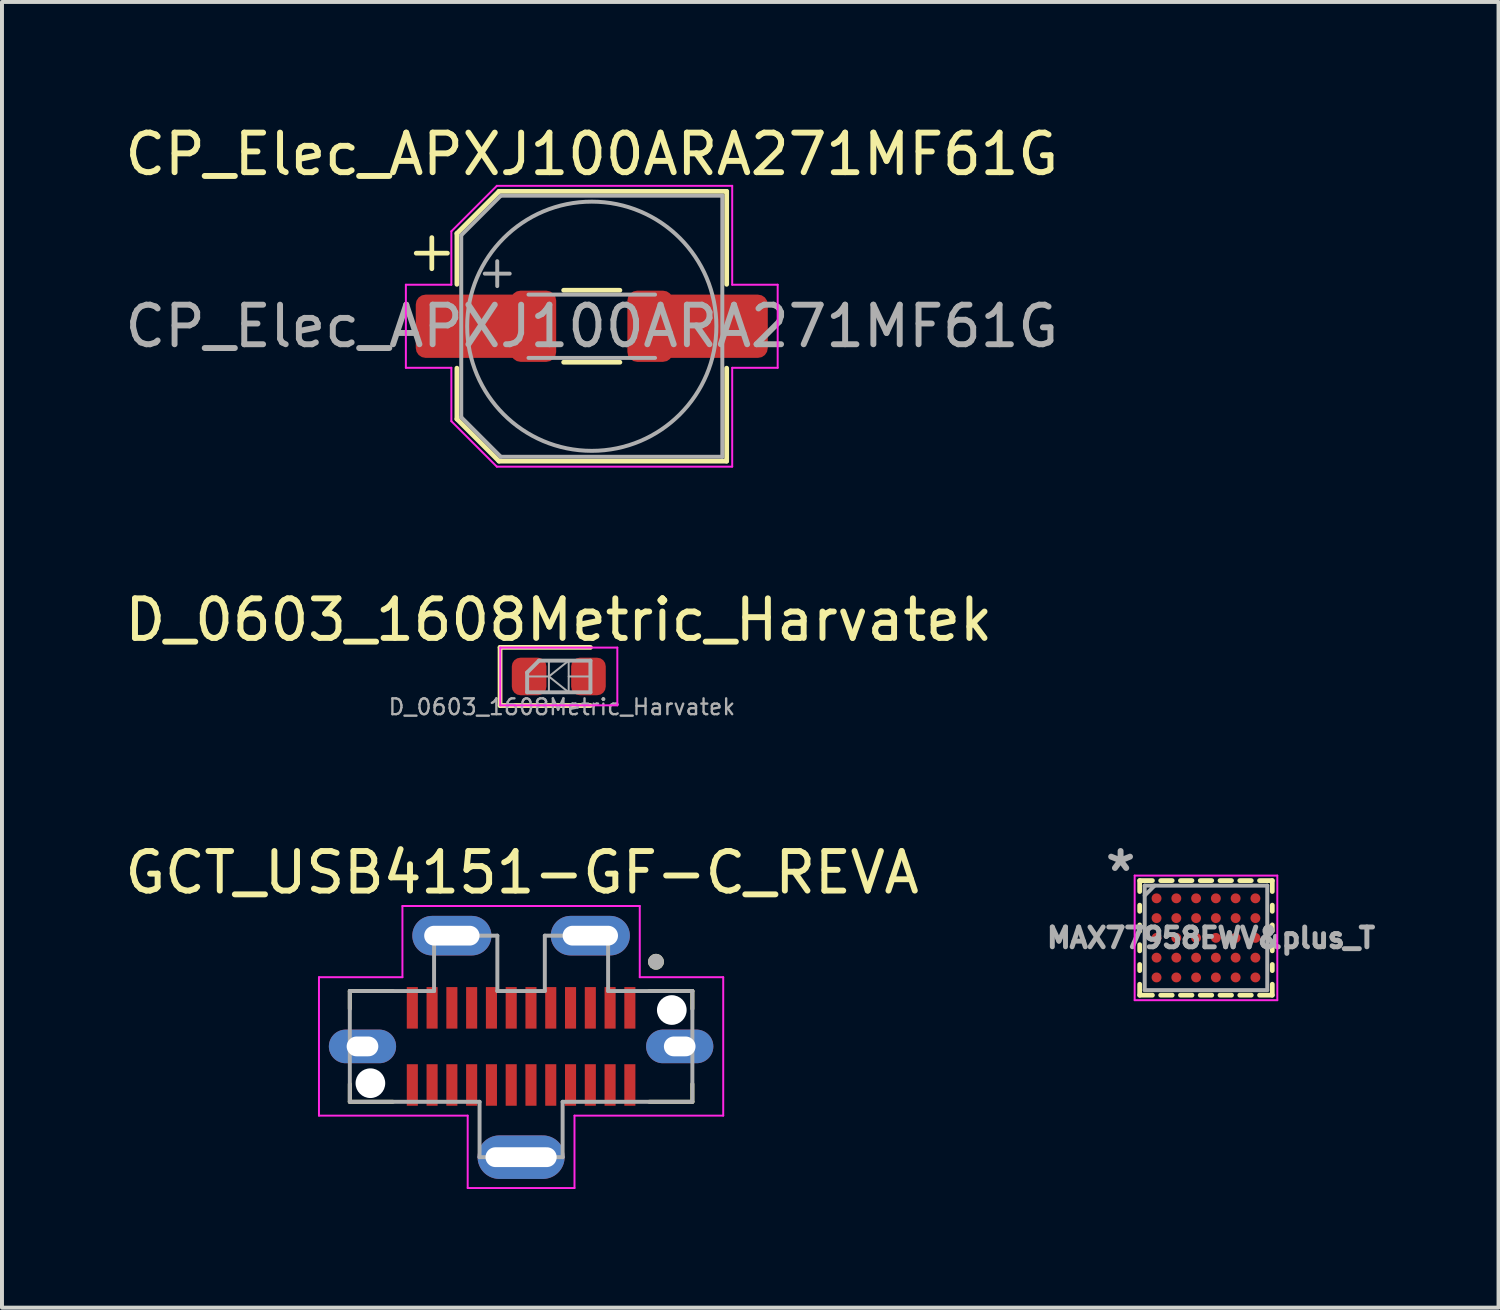
<source format=kicad_pcb>
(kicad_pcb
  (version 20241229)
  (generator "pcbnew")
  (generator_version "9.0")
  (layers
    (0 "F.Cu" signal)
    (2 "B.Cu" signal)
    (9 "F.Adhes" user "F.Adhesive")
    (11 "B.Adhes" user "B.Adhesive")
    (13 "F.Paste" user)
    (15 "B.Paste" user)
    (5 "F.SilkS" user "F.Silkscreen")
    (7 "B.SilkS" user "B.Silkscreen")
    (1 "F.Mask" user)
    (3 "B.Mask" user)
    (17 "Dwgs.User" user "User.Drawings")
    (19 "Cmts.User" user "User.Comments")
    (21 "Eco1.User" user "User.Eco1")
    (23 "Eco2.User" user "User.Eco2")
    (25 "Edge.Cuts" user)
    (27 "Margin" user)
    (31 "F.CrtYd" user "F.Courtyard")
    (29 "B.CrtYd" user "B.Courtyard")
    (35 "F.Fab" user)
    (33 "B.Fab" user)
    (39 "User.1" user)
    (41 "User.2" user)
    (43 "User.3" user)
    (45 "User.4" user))
  (footprint "GCT_USB4151-GF-C_REVA"
    (layer "F.Cu")
    (at 10.124 23.405)
    (property "Reference" "GCT_USB4151-GF-C_REVA" (at 0.025 -4.395 0) (layer "F.SilkS") (effects (font (size 1 1) (thickness 0.15))))
    (attr smd)
    (fp_line (start -4.33 -1.4) (end -4.33 -0.95) (stroke (width 0.1) (type solid)) (layer "F.SilkS"))
    (fp_line (start -4.33 0.95) (end -4.33 1.4) (stroke (width 0.1) (type solid)) (layer "F.SilkS"))
    (fp_line (start -4.33 1.4) (end -3.24 1.4) (stroke (width 0.1) (type solid)) (layer "F.SilkS"))
    (fp_line (start -3.24 -1.4) (end -4.33 -1.4) (stroke (width 0.1) (type solid)) (layer "F.SilkS"))
    (fp_line (start 3.24 1.4) (end 4.33 1.4) (stroke (width 0.1) (type solid)) (layer "F.SilkS"))
    (fp_line (start 4.33 -1.4) (end 3.24 -1.4) (stroke (width 0.1) (type solid)) (layer "F.SilkS"))
    (fp_line (start 4.33 -0.95) (end 4.33 -1.4) (stroke (width 0.1) (type solid)) (layer "F.SilkS"))
    (fp_line (start 4.33 1.4) (end 4.33 0.95) (stroke (width 0.1) (type solid)) (layer "F.SilkS"))
    (fp_circle (center 3.41 -2.14) (end 3.51 -2.14) (stroke (width 0.2) (type solid)) (fill no) (layer "F.SilkS"))
    (fp_line (start -5.11 -1.75) (end -5.11 1.75) (stroke (width 0.05) (type solid)) (layer "F.CrtYd"))
    (fp_line (start -5.11 1.75) (end -1.35 1.75) (stroke (width 0.05) (type solid)) (layer "F.CrtYd"))
    (fp_line (start -3 -3.55) (end -3 -1.75) (stroke (width 0.05) (type solid)) (layer "F.CrtYd"))
    (fp_line (start -3 -1.75) (end -5.11 -1.75) (stroke (width 0.05) (type solid)) (layer "F.CrtYd"))
    (fp_line (start -1.35 1.75) (end -1.35 3.58) (stroke (width 0.05) (type solid)) (layer "F.CrtYd"))
    (fp_line (start -1.35 3.58) (end 1.35 3.58) (stroke (width 0.05) (type solid)) (layer "F.CrtYd"))
    (fp_line (start 1.35 1.75) (end 5.11 1.75) (stroke (width 0.05) (type solid)) (layer "F.CrtYd"))
    (fp_line (start 1.35 3.58) (end 1.35 1.75) (stroke (width 0.05) (type solid)) (layer "F.CrtYd"))
    (fp_line (start 3 -3.55) (end -3 -3.55) (stroke (width 0.05) (type solid)) (layer "F.CrtYd"))
    (fp_line (start 3 -1.75) (end 3 -3.55) (stroke (width 0.05) (type solid)) (layer "F.CrtYd"))
    (fp_line (start 5.11 -1.75) (end 3 -1.75) (stroke (width 0.05) (type solid)) (layer "F.CrtYd"))
    (fp_line (start 5.11 1.75) (end 5.11 -1.75) (stroke (width 0.05) (type solid)) (layer "F.CrtYd"))
    (fp_line (start -4.33 -1.4) (end -4.33 1.4) (stroke (width 0.1) (type solid)) (layer "F.Fab"))
    (fp_line (start -4.33 1.4) (end -1.05 1.4) (stroke (width 0.1) (type solid)) (layer "F.Fab"))
    (fp_line (start -2.2 -2.8) (end -2.2 -1.4) (stroke (width 0.1) (type solid)) (layer "F.Fab"))
    (fp_line (start -2.2 -1.4) (end -4.33 -1.4) (stroke (width 0.1) (type solid)) (layer "F.Fab"))
    (fp_line (start -1.05 1.4) (end -1.05 2.8) (stroke (width 0.1) (type solid)) (layer "F.Fab"))
    (fp_line (start -1.05 2.8) (end 1.05 2.8) (stroke (width 0.1) (type solid)) (layer "F.Fab"))
    (fp_line (start -0.6 -2.8) (end -2.2 -2.8) (stroke (width 0.1) (type solid)) (layer "F.Fab"))
    (fp_line (start -0.6 -1.4) (end -0.6 -2.8) (stroke (width 0.1) (type solid)) (layer "F.Fab"))
    (fp_line (start 0.6 -2.8) (end 0.6 -1.4) (stroke (width 0.1) (type solid)) (layer "F.Fab"))
    (fp_line (start 0.6 -1.4) (end -0.6 -1.4) (stroke (width 0.1) (type solid)) (layer "F.Fab"))
    (fp_line (start 1.05 1.4) (end 4.33 1.4) (stroke (width 0.1) (type solid)) (layer "F.Fab"))
    (fp_line (start 1.05 2.8) (end 1.05 1.4) (stroke (width 0.1) (type solid)) (layer "F.Fab"))
    (fp_line (start 2.2 -2.8) (end 0.6 -2.8) (stroke (width 0.1) (type solid)) (layer "F.Fab"))
    (fp_line (start 2.2 -1.4) (end 2.2 -2.8) (stroke (width 0.1) (type solid)) (layer "F.Fab"))
    (fp_line (start 4.33 -1.4) (end 2.2 -1.4) (stroke (width 0.1) (type solid)) (layer "F.Fab"))
    (fp_line (start 4.33 1.4) (end 4.33 -1.4) (stroke (width 0.1) (type solid)) (layer "F.Fab"))
    (fp_circle (center 3.41 -2.14) (end 3.51 -2.14) (stroke (width 0.2) (type solid)) (fill no) (layer "F.Fab"))
    (pad "" np_thru_hole circle (at -3.81 0.93 180) (size 0.75 0.75) (drill 0.75) (layers "*.Cu" "*.Mask"))
    (pad "" np_thru_hole circle (at 3.81 -0.92 180) (size 0.75 0.75) (drill 0.75) (layers "*.Cu" "*.Mask"))
    (pad "A1" smd rect (at 2.75 -0.975 180) (size 0.28 1.05) (layers "F.Cu" "F.Mask" "F.Paste"))
    (pad "A2" smd rect (at 2.25 -0.975 180) (size 0.28 1.05) (layers "F.Cu" "F.Mask" "F.Paste"))
    (pad "A3" smd rect (at 1.75 -0.975 180) (size 0.28 1.05) (layers "F.Cu" "F.Mask" "F.Paste"))
    (pad "A4" smd rect (at 1.25 -0.975 180) (size 0.28 1.05) (layers "F.Cu" "F.Mask" "F.Paste"))
    (pad "A5" smd rect (at 0.75 -0.975 180) (size 0.28 1.05) (layers "F.Cu" "F.Mask" "F.Paste"))
    (pad "A6" smd rect (at 0.25 -0.975 180) (size 0.28 1.05) (layers "F.Cu" "F.Mask" "F.Paste"))
    (pad "A7" smd rect (at -0.25 -0.975 180) (size 0.28 1.05) (layers "F.Cu" "F.Mask" "F.Paste"))
    (pad "A8" smd rect (at -0.75 -0.975 180) (size 0.28 1.05) (layers "F.Cu" "F.Mask" "F.Paste"))
    (pad "A9" smd rect (at -1.25 -0.975 180) (size 0.28 1.05) (layers "F.Cu" "F.Mask" "F.Paste"))
    (pad "A10" smd rect (at -1.75 -0.975 180) (size 0.28 1.05) (layers "F.Cu" "F.Mask" "F.Paste"))
    (pad "A11" smd rect (at -2.25 -0.975 180) (size 0.28 1.05) (layers "F.Cu" "F.Mask" "F.Paste"))
    (pad "A12" smd rect (at -2.75 -0.975 180) (size 0.28 1.05) (layers "F.Cu" "F.Mask" "F.Paste"))
    (pad "B1" smd rect (at -2.75 0.975 180) (size 0.28 1.05) (layers "F.Cu" "F.Mask" "F.Paste"))
    (pad "B2" smd rect (at -2.25 0.975 180) (size 0.28 1.05) (layers "F.Cu" "F.Mask" "F.Paste"))
    (pad "B3" smd rect (at -1.75 0.975 180) (size 0.28 1.05) (layers "F.Cu" "F.Mask" "F.Paste"))
    (pad "B4" smd rect (at -1.25 0.975 180) (size 0.28 1.05) (layers "F.Cu" "F.Mask" "F.Paste"))
    (pad "B5" smd rect (at -0.75 0.975 180) (size 0.28 1.05) (layers "F.Cu" "F.Mask" "F.Paste"))
    (pad "B6" smd rect (at -0.25 0.975 180) (size 0.28 1.05) (layers "F.Cu" "F.Mask" "F.Paste"))
    (pad "B7" smd rect (at 0.25 0.975 180) (size 0.28 1.05) (layers "F.Cu" "F.Mask" "F.Paste"))
    (pad "B8" smd rect (at 0.75 0.975 180) (size 0.28 1.05) (layers "F.Cu" "F.Mask" "F.Paste"))
    (pad "B9" smd rect (at 1.25 0.975 180) (size 0.28 1.05) (layers "F.Cu" "F.Mask" "F.Paste"))
    (pad "B10" smd rect (at 1.75 0.975 180) (size 0.28 1.05) (layers "F.Cu" "F.Mask" "F.Paste"))
    (pad "B11" smd rect (at 2.25 0.975 180) (size 0.28 1.05) (layers "F.Cu" "F.Mask" "F.Paste"))
    (pad "B12" smd rect (at 2.75 0.975 180) (size 0.28 1.05) (layers "F.Cu" "F.Mask" "F.Paste"))
    (pad "S1" thru_hole oval (at -4.01 0 180) (size 1.7 0.85) (drill oval 0.8 0.5) (layers "*.Cu" "*.Mask"))
    (pad "S2" thru_hole oval (at -1.75 -2.8 180) (size 2 1) (drill oval 1.4 0.5) (layers "*.Cu" "*.Mask"))
    (pad "S3" thru_hole oval (at 1.75 -2.8 180) (size 2 1) (drill oval 1.4 0.5) (layers "*.Cu" "*.Mask"))
    (pad "S4" thru_hole oval (at 4.01 0 180) (size 1.7 0.85) (drill oval 0.8 0.5) (layers "*.Cu" "*.Mask"))
    (pad "S5" thru_hole oval (at 0 2.8 180) (size 2.2 1.1) (drill oval 1.8 0.5) (layers "*.Cu" "*.Mask")))
  (footprint "D_0603_1608Metric_Harvatek"
    (layer "F.Cu")
    (at 11.077 14.052)
    (property "Reference" "D_0603_1608Metric_Harvatek" (at 0 -1.43 0) (layer "F.SilkS") (effects (font (size 1 1) (thickness 0.15))))
    (attr smd)
    (fp_line (start -1.485 -0.735) (end -1.485 0.735) (stroke (width 0.12) (type solid)) (layer "F.SilkS"))
    (fp_line (start -1.485 0.735) (end 0.8 0.735) (stroke (width 0.12) (type solid)) (layer "F.SilkS"))
    (fp_line (start 0.8 -0.735) (end -1.485 -0.735) (stroke (width 0.12) (type solid)) (layer "F.SilkS"))
    (fp_line (start -1.48 -0.73) (end 1.48 -0.73) (stroke (width 0.05) (type solid)) (layer "F.CrtYd"))
    (fp_line (start -1.48 0.73) (end -1.48 -0.73) (stroke (width 0.05) (type solid)) (layer "F.CrtYd"))
    (fp_line (start 1.48 -0.73) (end 1.48 0.73) (stroke (width 0.05) (type solid)) (layer "F.CrtYd"))
    (fp_line (start 1.48 0.73) (end -1.48 0.73) (stroke (width 0.05) (type solid)) (layer "F.CrtYd"))
    (fp_line (start -0.8 -0.1) (end -0.8 0.4) (stroke (width 0.1) (type solid)) (layer "F.Fab"))
    (fp_line (start -0.8 0) (end -0.25 0) (stroke (width 0.05) (type solid)) (layer "F.Fab"))
    (fp_line (start -0.8 0.4) (end 0.8 0.4) (stroke (width 0.1) (type solid)) (layer "F.Fab"))
    (fp_line (start -0.5 -0.4) (end -0.8 -0.1) (stroke (width 0.1) (type solid)) (layer "F.Fab"))
    (fp_line (start -0.25 -0.4) (end -0.25 0.4) (stroke (width 0.05) (type solid)) (layer "F.Fab"))
    (fp_line (start -0.25 0) (end 0.25 -0.4) (stroke (width 0.05) (type solid)) (layer "F.Fab"))
    (fp_line (start 0.25 -0.4) (end 0.25 0.4) (stroke (width 0.05) (type solid)) (layer "F.Fab"))
    (fp_line (start 0.25 0) (end 0.8 0) (stroke (width 0.05) (type solid)) (layer "F.Fab"))
    (fp_line (start 0.25 0.4) (end -0.25 0) (stroke (width 0.05) (type solid)) (layer "F.Fab"))
    (fp_line (start 0.8 -0.4) (end -0.5 -0.4) (stroke (width 0.1) (type solid)) (layer "F.Fab"))
    (fp_line (start 0.8 0.4) (end 0.8 -0.4) (stroke (width 0.1) (type solid)) (layer "F.Fab"))
    (fp_text user "${REFERENCE}" (at 0.079 0.771 0) (unlocked yes) (layer "F.Fab") (effects (font (size 0.4 0.4) (thickness 0.06))))
    (pad "1" smd roundrect (at -0.75 0) (size 0.875 0.95) (layers "F.Cu" "F.Mask" "F.Paste") (roundrect_rratio 0.25))
    (pad "2" smd roundrect (at 0.75 0) (size 0.875 0.95) (layers "F.Cu" "F.Mask" "F.Paste") (roundrect_rratio 0.25)))
  (footprint "MAX77958EWV&plus_T"
    (layer "F.Cu")
    (at 27.439 20.661)
    (property "Reference" "MAX77958EWV&plus_T" (at 0.127 0 0) (layer "F.Fab") (effects (font (size 0.5 0.5) (thickness 0.125))))
    (attr smd)
    (fp_line (start -1.676 -1.448) (end -1.676 -1.172) (stroke (width 0.12) (type solid)) (layer "F.SilkS"))
    (fp_line (start -1.676 -0.828) (end -1.676 -0.672) (stroke (width 0.12) (type solid)) (layer "F.SilkS"))
    (fp_line (start -1.676 -0.328) (end -1.676 -0.172) (stroke (width 0.12) (type solid)) (layer "F.SilkS"))
    (fp_line (start -1.676 0.172) (end -1.676 0.328) (stroke (width 0.12) (type solid)) (layer "F.SilkS"))
    (fp_line (start -1.676 0.672) (end -1.676 0.828) (stroke (width 0.12) (type solid)) (layer "F.SilkS"))
    (fp_line (start -1.676 1.172) (end -1.676 1.448) (stroke (width 0.12) (type solid)) (layer "F.SilkS"))
    (fp_line (start -1.676 1.448) (end -1.354 1.448) (stroke (width 0.12) (type solid)) (layer "F.SilkS"))
    (fp_line (start -1.354 -1.448) (end -1.676 -1.448) (stroke (width 0.12) (type solid)) (layer "F.SilkS"))
    (fp_line (start -1.146 1.448) (end -0.854 1.448) (stroke (width 0.12) (type solid)) (layer "F.SilkS"))
    (fp_line (start -0.854 -1.448) (end -1.146 -1.448) (stroke (width 0.12) (type solid)) (layer "F.SilkS"))
    (fp_line (start -0.646 1.448) (end -0.354 1.448) (stroke (width 0.12) (type solid)) (layer "F.SilkS"))
    (fp_line (start -0.354 -1.448) (end -0.646 -1.448) (stroke (width 0.12) (type solid)) (layer "F.SilkS"))
    (fp_line (start -0.146 1.448) (end 0.146 1.448) (stroke (width 0.12) (type solid)) (layer "F.SilkS"))
    (fp_line (start 0.146 -1.448) (end -0.146 -1.448) (stroke (width 0.12) (type solid)) (layer "F.SilkS"))
    (fp_line (start 0.354 1.448) (end 0.646 1.448) (stroke (width 0.12) (type solid)) (layer "F.SilkS"))
    (fp_line (start 0.646 -1.448) (end 0.354 -1.448) (stroke (width 0.12) (type solid)) (layer "F.SilkS"))
    (fp_line (start 0.854 1.448) (end 1.146 1.448) (stroke (width 0.12) (type solid)) (layer "F.SilkS"))
    (fp_line (start 1.146 -1.448) (end 0.854 -1.448) (stroke (width 0.12) (type solid)) (layer "F.SilkS"))
    (fp_line (start 1.354 1.448) (end 1.676 1.448) (stroke (width 0.12) (type solid)) (layer "F.SilkS"))
    (fp_line (start 1.676 -1.448) (end 1.354 -1.448) (stroke (width 0.12) (type solid)) (layer "F.SilkS"))
    (fp_line (start 1.676 -1.172) (end 1.676 -1.448) (stroke (width 0.12) (type solid)) (layer "F.SilkS"))
    (fp_line (start 1.676 -0.672) (end 1.676 -0.828) (stroke (width 0.12) (type solid)) (layer "F.SilkS"))
    (fp_line (start 1.676 -0.172) (end 1.676 -0.328) (stroke (width 0.12) (type solid)) (layer "F.SilkS"))
    (fp_line (start 1.676 0.328) (end 1.676 0.172) (stroke (width 0.12) (type solid)) (layer "F.SilkS"))
    (fp_line (start 1.676 0.828) (end 1.676 0.672) (stroke (width 0.12) (type solid)) (layer "F.SilkS"))
    (fp_line (start 1.676 1.448) (end 1.676 1.172) (stroke (width 0.12) (type solid)) (layer "F.SilkS"))
    (fp_line (start -1.803 -1.575) (end 1.803 -1.575) (stroke (width 0.05) (type solid)) (layer "F.CrtYd"))
    (fp_line (start -1.803 1.575) (end -1.803 -1.575) (stroke (width 0.05) (type solid)) (layer "F.CrtYd"))
    (fp_line (start 1.803 -1.575) (end 1.803 1.575) (stroke (width 0.05) (type solid)) (layer "F.CrtYd"))
    (fp_line (start 1.803 1.575) (end -1.803 1.575) (stroke (width 0.05) (type solid)) (layer "F.CrtYd"))
    (fp_line (start -1.549 -1.321) (end -1.549 1.321) (stroke (width 0.1) (type solid)) (layer "F.Fab"))
    (fp_line (start -1.549 1.321) (end 1.549 1.321) (stroke (width 0.1) (type solid)) (layer "F.Fab"))
    (fp_line (start -1.299 -1.321) (end -1.549 -1.071) (stroke (width 0.1) (type solid)) (layer "F.Fab"))
    (fp_line (start 1.549 -1.321) (end -1.549 -1.321) (stroke (width 0.1) (type solid)) (layer "F.Fab"))
    (fp_line (start 1.549 1.321) (end 1.549 -1.321) (stroke (width 0.1) (type solid)) (layer "F.Fab"))
    (fp_text user "*" (at -2.159 -1.651 0) (layer "F.Fab") (effects (font (size 1 1) (thickness 0.15))))
    (pad "" smd roundrect (at -1.25 -1) (size 0.255 0.255) (layers "F.Paste") (roundrect_rratio 0.4))
    (pad "" smd roundrect (at -1.25 -0.5) (size 0.255 0.255) (layers "F.Paste") (roundrect_rratio 0.4))
    (pad "" smd roundrect (at -1.25 0) (size 0.255 0.255) (layers "F.Paste") (roundrect_rratio 0.4))
    (pad "" smd roundrect (at -1.25 0.5) (size 0.255 0.255) (layers "F.Paste") (roundrect_rratio 0.4))
    (pad "" smd roundrect (at -1.25 1) (size 0.255 0.255) (layers "F.Paste") (roundrect_rratio 0.4))
    (pad "" smd roundrect (at -0.75 -1) (size 0.255 0.255) (layers "F.Paste") (roundrect_rratio 0.4))
    (pad "" smd roundrect (at -0.75 -0.5) (size 0.255 0.255) (layers "F.Paste") (roundrect_rratio 0.4))
    (pad "" smd roundrect (at -0.75 0) (size 0.255 0.255) (layers "F.Paste") (roundrect_rratio 0.4))
    (pad "" smd roundrect (at -0.75 0.5) (size 0.255 0.255) (layers "F.Paste") (roundrect_rratio 0.4))
    (pad "" smd roundrect (at -0.75 1) (size 0.255 0.255) (layers "F.Paste") (roundrect_rratio 0.4))
    (pad "" smd roundrect (at -0.25 -1) (size 0.255 0.255) (layers "F.Paste") (roundrect_rratio 0.4))
    (pad "" smd roundrect (at -0.25 -0.5) (size 0.255 0.255) (layers "F.Paste") (roundrect_rratio 0.4))
    (pad "" smd roundrect (at -0.25 0) (size 0.255 0.255) (layers "F.Paste") (roundrect_rratio 0.4))
    (pad "" smd roundrect (at -0.25 0.5) (size 0.255 0.255) (layers "F.Paste") (roundrect_rratio 0.4))
    (pad "" smd roundrect (at -0.25 1) (size 0.255 0.255) (layers "F.Paste") (roundrect_rratio 0.4))
    (pad "" smd roundrect (at 0.25 -1) (size 0.255 0.255) (layers "F.Paste") (roundrect_rratio 0.4))
    (pad "" smd roundrect (at 0.25 -0.5) (size 0.255 0.255) (layers "F.Paste") (roundrect_rratio 0.4))
    (pad "" smd roundrect (at 0.25 0) (size 0.255 0.255) (layers "F.Paste") (roundrect_rratio 0.4))
    (pad "" smd roundrect (at 0.25 0.5) (size 0.255 0.255) (layers "F.Paste") (roundrect_rratio 0.4))
    (pad "" smd roundrect (at 0.25 1) (size 0.255 0.255) (layers "F.Paste") (roundrect_rratio 0.4))
    (pad "" smd roundrect (at 0.75 -1) (size 0.255 0.255) (layers "F.Paste") (roundrect_rratio 0.4))
    (pad "" smd roundrect (at 0.75 -0.5) (size 0.255 0.255) (layers "F.Paste") (roundrect_rratio 0.4))
    (pad "" smd roundrect (at 0.75 0) (size 0.255 0.255) (layers "F.Paste") (roundrect_rratio 0.4))
    (pad "" smd roundrect (at 0.75 0.5) (size 0.255 0.255) (layers "F.Paste") (roundrect_rratio 0.4))
    (pad "" smd roundrect (at 0.75 1) (size 0.255 0.255) (layers "F.Paste") (roundrect_rratio 0.4))
    (pad "" smd roundrect (at 1.25 -1) (size 0.255 0.255) (layers "F.Paste") (roundrect_rratio 0.4))
    (pad "" smd roundrect (at 1.25 -0.5) (size 0.255 0.255) (layers "F.Paste") (roundrect_rratio 0.4))
    (pad "" smd roundrect (at 1.25 0) (size 0.255 0.255) (layers "F.Paste") (roundrect_rratio 0.4))
    (pad "" smd roundrect (at 1.25 0.5) (size 0.255 0.255) (layers "F.Paste") (roundrect_rratio 0.4))
    (pad "" smd roundrect (at 1.25 1) (size 0.255 0.255) (layers "F.Paste") (roundrect_rratio 0.4))
    (pad "A1" smd circle (at -1.25 -1) (size 0.25 0.25) (layers "F.Cu" "F.Mask"))
    (pad "A2" smd circle (at -0.75 -1) (size 0.25 0.25) (layers "F.Cu" "F.Mask"))
    (pad "A3" smd circle (at -0.25 -1) (size 0.25 0.25) (layers "F.Cu" "F.Mask"))
    (pad "A4" smd circle (at 0.25 -1) (size 0.25 0.25) (layers "F.Cu" "F.Mask"))
    (pad "A5" smd circle (at 0.75 -1) (size 0.25 0.25) (layers "F.Cu" "F.Mask"))
    (pad "A6" smd circle (at 1.25 -1) (size 0.25 0.25) (layers "F.Cu" "F.Mask"))
    (pad "B1" smd circle (at -1.25 -0.5) (size 0.25 0.25) (layers "F.Cu" "F.Mask"))
    (pad "B2" smd circle (at -0.75 -0.5) (size 0.25 0.25) (layers "F.Cu" "F.Mask"))
    (pad "B3" smd circle (at -0.25 -0.5) (size 0.25 0.25) (layers "F.Cu" "F.Mask"))
    (pad "B4" smd circle (at 0.25 -0.5) (size 0.25 0.25) (layers "F.Cu" "F.Mask"))
    (pad "B5" smd circle (at 0.75 -0.5) (size 0.25 0.25) (layers "F.Cu" "F.Mask"))
    (pad "B6" smd circle (at 1.25 -0.5) (size 0.25 0.25) (layers "F.Cu" "F.Mask"))
    (pad "C1" smd circle (at -1.25 0) (size 0.25 0.25) (layers "F.Cu" "F.Mask"))
    (pad "C2" smd circle (at -0.75 0) (size 0.25 0.25) (layers "F.Cu" "F.Mask"))
    (pad "C3" smd circle (at -0.25 0) (size 0.25 0.25) (layers "F.Cu" "F.Mask"))
    (pad "C4" smd circle (at 0.25 0) (size 0.25 0.25) (layers "F.Cu" "F.Mask"))
    (pad "C5" smd circle (at 0.75 0) (size 0.25 0.25) (layers "F.Cu" "F.Mask"))
    (pad "C6" smd circle (at 1.25 0) (size 0.25 0.25) (layers "F.Cu" "F.Mask"))
    (pad "D1" smd circle (at -1.25 0.5) (size 0.25 0.25) (layers "F.Cu" "F.Mask"))
    (pad "D2" smd circle (at -0.75 0.5) (size 0.25 0.25) (layers "F.Cu" "F.Mask"))
    (pad "D3" smd circle (at -0.25 0.5) (size 0.25 0.25) (layers "F.Cu" "F.Mask"))
    (pad "D4" smd circle (at 0.25 0.5) (size 0.25 0.25) (layers "F.Cu" "F.Mask"))
    (pad "D5" smd circle (at 0.75 0.5) (size 0.25 0.25) (layers "F.Cu" "F.Mask"))
    (pad "D6" smd circle (at 1.25 0.5) (size 0.25 0.25) (layers "F.Cu" "F.Mask"))
    (pad "E1" smd circle (at -1.25 1) (size 0.25 0.25) (layers "F.Cu" "F.Mask"))
    (pad "E2" smd circle (at -0.75 1) (size 0.25 0.25) (layers "F.Cu" "F.Mask"))
    (pad "E3" smd circle (at -0.25 1) (size 0.25 0.25) (layers "F.Cu" "F.Mask"))
    (pad "E4" smd circle (at 0.25 1) (size 0.25 0.25) (layers "F.Cu" "F.Mask"))
    (pad "E5" smd circle (at 0.75 1) (size 0.25 0.25) (layers "F.Cu" "F.Mask"))
    (pad "E6" smd circle (at 1.25 1) (size 0.25 0.25) (layers "F.Cu" "F.Mask")))
  (footprint "CP_Elec_APXJ100ARA271MF61G"
    (layer "F.Cu")
    (at 11.911 5.198)
    (property "Reference" "CP_Elec_APXJ100ARA271MF61G" (at 0 -4.35 0) (layer "F.SilkS") (effects (font (size 1 1) (thickness 0.15))))
    (attr smd)
    (fp_line (start -4.438 -1.847) (end -3.65 -1.847) (stroke (width 0.12) (type solid)) (layer "F.SilkS"))
    (fp_line (start -4.044 -2.241) (end -4.044 -1.454) (stroke (width 0.12) (type solid)) (layer "F.SilkS"))
    (fp_line (start -3.41 -2.346) (end -3.41 -1.06) (stroke (width 0.12) (type solid)) (layer "F.SilkS"))
    (fp_line (start -3.41 -2.346) (end -2.346 -3.41) (stroke (width 0.12) (type solid)) (layer "F.SilkS"))
    (fp_line (start -3.41 2.346) (end -3.41 1.06) (stroke (width 0.12) (type solid)) (layer "F.SilkS"))
    (fp_line (start -3.41 2.346) (end -2.346 3.41) (stroke (width 0.12) (type solid)) (layer "F.SilkS"))
    (fp_line (start -2.346 -3.41) (end 3.41 -3.41) (stroke (width 0.12) (type solid)) (layer "F.SilkS"))
    (fp_line (start -2.346 3.41) (end 3.41 3.41) (stroke (width 0.12) (type solid)) (layer "F.SilkS"))
    (fp_line (start -0.711 -0.91) (end 0.711 -0.91) (stroke (width 0.12) (type solid)) (layer "F.SilkS"))
    (fp_line (start -0.711 0.91) (end 0.711 0.91) (stroke (width 0.12) (type solid)) (layer "F.SilkS"))
    (fp_line (start 3.41 -3.41) (end 3.41 -1.06) (stroke (width 0.12) (type solid)) (layer "F.SilkS"))
    (fp_line (start 3.41 3.41) (end 3.41 1.06) (stroke (width 0.12) (type solid)) (layer "F.SilkS"))
    (fp_line (start -4.7 -1.05) (end -4.7 1.05) (stroke (width 0.05) (type solid)) (layer "F.CrtYd"))
    (fp_line (start -4.7 1.05) (end -3.55 1.05) (stroke (width 0.05) (type solid)) (layer "F.CrtYd"))
    (fp_line (start -3.55 -2.4) (end -3.55 -1.05) (stroke (width 0.05) (type solid)) (layer "F.CrtYd"))
    (fp_line (start -3.55 -2.4) (end -2.4 -3.55) (stroke (width 0.05) (type solid)) (layer "F.CrtYd"))
    (fp_line (start -3.55 -1.05) (end -4.7 -1.05) (stroke (width 0.05) (type solid)) (layer "F.CrtYd"))
    (fp_line (start -3.55 1.05) (end -3.55 2.4) (stroke (width 0.05) (type solid)) (layer "F.CrtYd"))
    (fp_line (start -3.55 2.4) (end -2.4 3.55) (stroke (width 0.05) (type solid)) (layer "F.CrtYd"))
    (fp_line (start -2.4 -3.55) (end 3.55 -3.55) (stroke (width 0.05) (type solid)) (layer "F.CrtYd"))
    (fp_line (start -2.4 3.55) (end 3.55 3.55) (stroke (width 0.05) (type solid)) (layer "F.CrtYd"))
    (fp_line (start 3.55 -3.55) (end 3.55 -1.05) (stroke (width 0.05) (type solid)) (layer "F.CrtYd"))
    (fp_line (start 3.55 -1.05) (end 4.7 -1.05) (stroke (width 0.05) (type solid)) (layer "F.CrtYd"))
    (fp_line (start 3.55 1.05) (end 3.55 3.55) (stroke (width 0.05) (type solid)) (layer "F.CrtYd"))
    (fp_line (start 4.7 -1.05) (end 4.7 1.05) (stroke (width 0.05) (type solid)) (layer "F.CrtYd"))
    (fp_line (start 4.7 1.05) (end 3.55 1.05) (stroke (width 0.05) (type solid)) (layer "F.CrtYd"))
    (fp_line (start -3.3 -2.3) (end -3.3 2.3) (stroke (width 0.1) (type solid)) (layer "F.Fab"))
    (fp_line (start -3.3 -2.3) (end -2.3 -3.3) (stroke (width 0.1) (type solid)) (layer "F.Fab"))
    (fp_line (start -3.3 2.3) (end -2.3 3.3) (stroke (width 0.1) (type solid)) (layer "F.Fab"))
    (fp_line (start -2.705 -1.33) (end -2.075 -1.33) (stroke (width 0.1) (type solid)) (layer "F.Fab"))
    (fp_line (start -2.39 -1.645) (end -2.39 -1.015) (stroke (width 0.1) (type solid)) (layer "F.Fab"))
    (fp_line (start -2.3 -3.3) (end 3.3 -3.3) (stroke (width 0.1) (type solid)) (layer "F.Fab"))
    (fp_line (start -2.3 3.3) (end 3.3 3.3) (stroke (width 0.1) (type solid)) (layer "F.Fab"))
    (fp_line (start -1.6 -0.8) (end 1.6 -0.8) (stroke (width 0.1) (type solid)) (layer "F.Fab"))
    (fp_line (start 1.6 0.8) (end -1.6 0.8) (stroke (width 0.1) (type solid)) (layer "F.Fab"))
    (fp_line (start 3.3 -3.3) (end 3.3 3.3) (stroke (width 0.1) (type solid)) (layer "F.Fab"))
    (fp_circle (center 0 0) (end 3.15 0) (stroke (width 0.1) (type solid)) (fill no) (layer "F.Fab"))
    (fp_text user "${REFERENCE}" (at 0 0 0) (layer "F.Fab") (effects (font (size 1 1) (thickness 0.15))))
    (pad "1" smd roundrect (at -2.7 0) (size 3.5 1.6) (layers "F.Cu" "F.Mask" "F.Paste") (roundrect_rratio 0.156))
    (pad "1" smd roundrect (at -1.475 0) (size 1.15 1.8) (layers "F.Cu" "F.Mask" "F.Paste") (roundrect_rratio 0.217))
    (pad "2" smd roundrect (at 1.475 0) (size 1.15 1.8) (layers "F.Cu" "F.Mask" "F.Paste") (roundrect_rratio 0.217))
    (pad "2" smd roundrect (at 2.7 0) (size 3.5 1.6) (layers "F.Cu" "F.Mask" "F.Paste") (roundrect_rratio 0.156)))
  (gr_rect
    (start -3 -3)
    (end 34.835 30.01)
    (stroke (width 0.1) (type default))
    (fill no)
    (layer "Edge.Cuts")))
</source>
